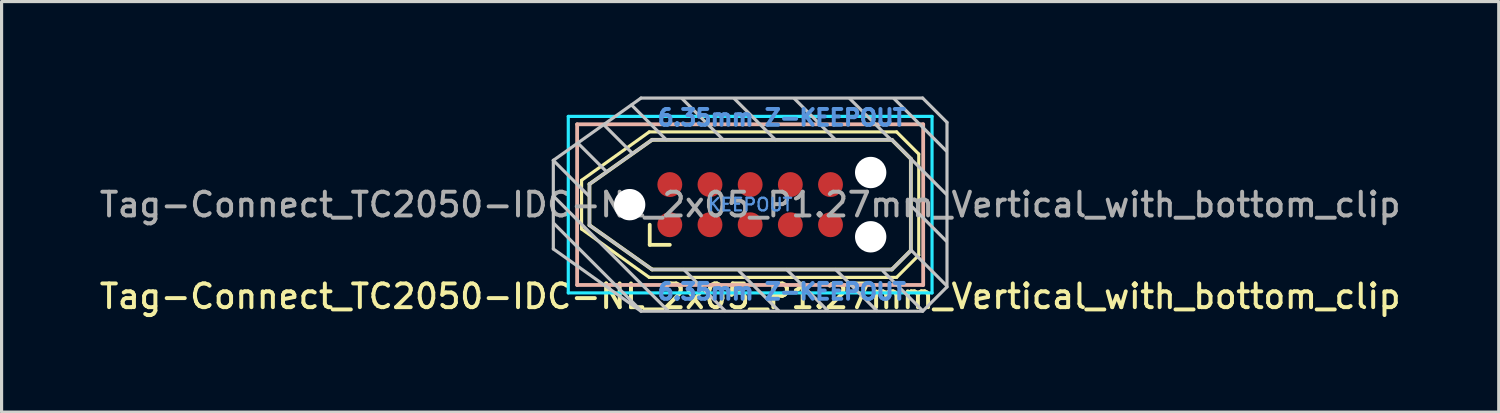
<source format=kicad_pcb>
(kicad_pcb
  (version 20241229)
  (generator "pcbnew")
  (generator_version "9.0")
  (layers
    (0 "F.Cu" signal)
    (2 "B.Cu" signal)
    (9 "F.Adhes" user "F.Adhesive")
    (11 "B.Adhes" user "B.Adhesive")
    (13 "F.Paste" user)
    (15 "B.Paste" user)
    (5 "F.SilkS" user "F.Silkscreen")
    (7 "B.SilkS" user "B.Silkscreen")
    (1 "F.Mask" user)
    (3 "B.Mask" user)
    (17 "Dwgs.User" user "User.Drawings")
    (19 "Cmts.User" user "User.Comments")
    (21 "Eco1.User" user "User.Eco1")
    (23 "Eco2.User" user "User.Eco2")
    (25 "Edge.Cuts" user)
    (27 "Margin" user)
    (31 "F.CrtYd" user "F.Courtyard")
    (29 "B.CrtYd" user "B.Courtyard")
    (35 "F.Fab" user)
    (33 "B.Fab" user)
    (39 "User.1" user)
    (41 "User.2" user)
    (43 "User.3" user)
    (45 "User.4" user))
  (footprint "Tag-Connect_TC2050-IDC-NL_2x05_P1.27mm_Vertical_with_bottom_clip"
    (layer "F.Cu")
    (at 20.666 3.42)
    (property "Reference" "Tag-Connect_TC2050-IDC-NL_2x05_P1.27mm_Vertical_with_bottom_clip" (at 0 2.9 0) (layer "F.SilkS") (effects (font (size 0.75 0.75) (thickness 0.125))))
    (attr exclude_from_pos_files exclude_from_bom)
    (fp_line (start -5.33 -0.77) (end -3.19 -2.3) (stroke (width 0.1) (type solid)) (layer "F.SilkS"))
    (fp_line (start -5.33 0.77) (end -5.33 -0.77) (stroke (width 0.1) (type solid)) (layer "F.SilkS"))
    (fp_line (start -5.08 -0.65) (end -3.1 -2.05) (stroke (width 0.12) (type solid)) (layer "F.SilkS"))
    (fp_line (start -5.08 0.65) (end -5.08 -0.65) (stroke (width 0.12) (type solid)) (layer "F.SilkS"))
    (fp_line (start -3.19 -2.3) (end 4.63 -2.3) (stroke (width 0.1) (type solid)) (layer "F.SilkS"))
    (fp_line (start -3.19 2.3) (end -5.33 0.77) (stroke (width 0.1) (type solid)) (layer "F.SilkS"))
    (fp_line (start -3.175 1.27) (end -3.175 0.635) (stroke (width 0.12) (type solid)) (layer "F.SilkS"))
    (fp_line (start -3.1 -2.05) (end 4.48 -2.05) (stroke (width 0.12) (type solid)) (layer "F.SilkS"))
    (fp_line (start -3.1 2.05) (end -5.08 0.65) (stroke (width 0.12) (type solid)) (layer "F.SilkS"))
    (fp_line (start -2.54 1.27) (end -3.175 1.27) (stroke (width 0.12) (type solid)) (layer "F.SilkS"))
    (fp_line (start 4.48 -2.05) (end 5.08 -1.45) (stroke (width 0.12) (type solid)) (layer "F.SilkS"))
    (fp_line (start 4.48 2.05) (end -3.1 2.05) (stroke (width 0.12) (type solid)) (layer "F.SilkS"))
    (fp_line (start 4.48 2.05) (end 5.08 1.45) (stroke (width 0.12) (type solid)) (layer "F.SilkS"))
    (fp_line (start 4.63 -2.3) (end 5.33 -1.6) (stroke (width 0.1) (type solid)) (layer "F.SilkS"))
    (fp_line (start 4.63 2.3) (end -3.19 2.3) (stroke (width 0.1) (type solid)) (layer "F.SilkS"))
    (fp_line (start 4.63 2.3) (end 5.33 1.6) (stroke (width 0.1) (type solid)) (layer "F.SilkS"))
    (fp_line (start 5.08 -1.45) (end 5.08 1.45) (stroke (width 0.12) (type solid)) (layer "F.SilkS"))
    (fp_line (start 5.33 -1.6) (end 5.33 1.6) (stroke (width 0.1) (type solid)) (layer "F.SilkS"))
    (fp_line (start -5.47 -2.54) (end 5.47 -2.54) (stroke (width 0.12) (type solid)) (layer "B.SilkS"))
    (fp_line (start -5.47 2.54) (end -5.47 -2.54) (stroke (width 0.12) (type solid)) (layer "B.SilkS"))
    (fp_line (start 5.47 -2.54) (end 5.47 2.54) (stroke (width 0.12) (type solid)) (layer "B.SilkS"))
    (fp_line (start 5.47 2.54) (end -5.47 2.54) (stroke (width 0.12) (type solid)) (layer "B.SilkS"))
    (fp_line (start -6.223 -1.4) (end -5.1 -0.277) (stroke (width 0.1) (type solid)) (layer "Dwgs.User"))
    (fp_line (start -6.223 -1.4) (end -3.45 -3.37) (stroke (width 0.1) (type solid)) (layer "Dwgs.User"))
    (fp_line (start -6.223 1.4) (end -6.223 -1.4) (stroke (width 0.1) (type solid)) (layer "Dwgs.User"))
    (fp_line (start -6.223 1.4) (end -3.45 3.37) (stroke (width 0.1) (type solid)) (layer "Dwgs.User"))
    (fp_line (start -6.2 -0.25) (end -2.6 3.35) (stroke (width 0.1) (type solid)) (layer "Dwgs.User"))
    (fp_line (start -6.2 0.6) (end -3.45 3.35) (stroke (width 0.1) (type solid)) (layer "Dwgs.User"))
    (fp_line (start -5.4 -1.9) (end -4.55 -1.05) (stroke (width 0.1) (type solid)) (layer "Dwgs.User"))
    (fp_line (start -5.08 -0.65) (end -3.1 -2.05) (stroke (width 0.1) (type solid)) (layer "Dwgs.User"))
    (fp_line (start -5.08 0.65) (end -5.08 -0.65) (stroke (width 0.1) (type solid)) (layer "Dwgs.User"))
    (fp_line (start -4.6 -2.5) (end -3.75 -1.65) (stroke (width 0.1) (type solid)) (layer "Dwgs.User"))
    (fp_line (start -3.75 -3.15) (end -2.65 -2.05) (stroke (width 0.1) (type solid)) (layer "Dwgs.User"))
    (fp_line (start -3.45 -3.37) (end 5.453 -3.37) (stroke (width 0.1) (type solid)) (layer "Dwgs.User"))
    (fp_line (start -3.1 -2.05) (end 4.48 -2.05) (stroke (width 0.1) (type solid)) (layer "Dwgs.User"))
    (fp_line (start -3.1 2.05) (end -5.08 0.65) (stroke (width 0.1) (type solid)) (layer "Dwgs.User"))
    (fp_line (start -2.15 -3.35) (end -0.85 -2.05) (stroke (width 0.1) (type solid)) (layer "Dwgs.User"))
    (fp_line (start -2.1 2.05) (end -0.8 3.35) (stroke (width 0.1) (type solid)) (layer "Dwgs.User"))
    (fp_line (start -0.5 -3.35) (end 0.8 -2.05) (stroke (width 0.1) (type solid)) (layer "Dwgs.User"))
    (fp_line (start -0.35 2.1) (end 0.9 3.35) (stroke (width 0.1) (type solid)) (layer "Dwgs.User"))
    (fp_line (start 1.15 2.05) (end 2.45 3.35) (stroke (width 0.1) (type solid)) (layer "Dwgs.User"))
    (fp_line (start 1.4 -3.35) (end 2.7 -2.05) (stroke (width 0.1) (type solid)) (layer "Dwgs.User"))
    (fp_line (start 2.7 2.05) (end 4 3.35) (stroke (width 0.1) (type solid)) (layer "Dwgs.User"))
    (fp_line (start 3.15 -3.35) (end 4.4 -2.1) (stroke (width 0.1) (type solid)) (layer "Dwgs.User"))
    (fp_line (start 4.2 2.1) (end 5.45 3.35) (stroke (width 0.1) (type solid)) (layer "Dwgs.User"))
    (fp_line (start 4.4 -2.1) (end 4.45 -2.05) (stroke (width 0.1) (type solid)) (layer "Dwgs.User"))
    (fp_line (start 4.48 -2.05) (end 5.08 -1.45) (stroke (width 0.1) (type solid)) (layer "Dwgs.User"))
    (fp_line (start 4.48 2.05) (end -3.1 2.05) (stroke (width 0.1) (type solid)) (layer "Dwgs.User"))
    (fp_line (start 4.48 2.05) (end 5.08 1.45) (stroke (width 0.1) (type solid)) (layer "Dwgs.User"))
    (fp_line (start 4.55 -3.35) (end 6.2 -1.7) (stroke (width 0.1) (type solid)) (layer "Dwgs.User"))
    (fp_line (start 5.08 -1.45) (end 5.08 1.45) (stroke (width 0.1) (type solid)) (layer "Dwgs.User"))
    (fp_line (start 5.08 -1.45) (end 6.2 -0.33) (stroke (width 0.1) (type solid)) (layer "Dwgs.User"))
    (fp_line (start 5.1 0.05) (end 6.2 1.15) (stroke (width 0.1) (type solid)) (layer "Dwgs.User"))
    (fp_line (start 5.1 1.45) (end 6.2 2.55) (stroke (width 0.1) (type solid)) (layer "Dwgs.User"))
    (fp_line (start 5.453 -3.37) (end 6.223 -2.6) (stroke (width 0.1) (type solid)) (layer "Dwgs.User"))
    (fp_line (start 5.453 3.37) (end -3.45 3.37) (stroke (width 0.1) (type solid)) (layer "Dwgs.User"))
    (fp_line (start 5.453 3.37) (end 6.223 2.6) (stroke (width 0.1) (type solid)) (layer "Dwgs.User"))
    (fp_line (start 6.223 -2.6) (end 6.223 2.6) (stroke (width 0.1) (type solid)) (layer "Dwgs.User"))
    (fp_line (start -5.75 -2.79) (end 5.75 -2.79) (stroke (width 0.1) (type solid)) (layer "B.CrtYd"))
    (fp_line (start -5.75 2.79) (end -5.75 -2.79) (stroke (width 0.1) (type solid)) (layer "B.CrtYd"))
    (fp_line (start 5.75 -2.79) (end 5.75 2.79) (stroke (width 0.1) (type solid)) (layer "B.CrtYd"))
    (fp_line (start 5.75 2.79) (end -5.75 2.79) (stroke (width 0.1) (type solid)) (layer "B.CrtYd"))
    (fp_text user "KEEPOUT" (at 0 0 0) (layer "Cmts.User") (effects (font (size 0.4 0.4) (thickness 0.07))))
    (fp_text user "6.35mm Z-KEEPOUT" (at 1 -2.75 0) (layer "Cmts.User") (effects (font (size 0.5 0.5) (thickness 0.125))))
    (fp_text user "6.35mm Z-KEEPOUT" (at 1 2.75 0) (layer "Cmts.User") (effects (font (size 0.5 0.5) (thickness 0.125))))
    (fp_text user "${REFERENCE}" (at 0 0 0) (layer "F.Fab") (effects (font (size 0.75 0.75) (thickness 0.125))))
    (pad "" np_thru_hole circle (at -3.81 0) (size 0.991 0.991) (drill 0.991) (layers "*.Cu" "*.Mask"))
    (pad "" np_thru_hole circle (at 3.81 -1.016) (size 0.991 0.991) (drill 0.991) (layers "*.Cu" "*.Mask"))
    (pad "" np_thru_hole circle (at 3.81 1.016) (size 0.991 0.991) (drill 0.991) (layers "*.Cu" "*.Mask"))
    (pad "1" connect circle (at -2.54 0.635) (size 0.787 0.787) (layers "F.Cu" "F.Mask"))
    (pad "2" connect circle (at -1.27 0.635) (size 0.787 0.787) (layers "F.Cu" "F.Mask"))
    (pad "3" connect circle (at 0 0.635) (size 0.787 0.787) (layers "F.Cu" "F.Mask"))
    (pad "4" connect circle (at 1.27 0.635) (size 0.787 0.787) (layers "F.Cu" "F.Mask"))
    (pad "5" connect circle (at 2.54 0.635) (size 0.787 0.787) (layers "F.Cu" "F.Mask"))
    (pad "6" connect circle (at 2.54 -0.635) (size 0.787 0.787) (layers "F.Cu" "F.Mask"))
    (pad "7" connect circle (at 1.27 -0.635) (size 0.787 0.787) (layers "F.Cu" "F.Mask"))
    (pad "8" connect circle (at 0 -0.635) (size 0.787 0.787) (layers "F.Cu" "F.Mask"))
    (pad "9" connect circle (at -1.27 -0.635) (size 0.787 0.787) (layers "F.Cu" "F.Mask"))
    (pad "10" connect circle (at -2.54 -0.635) (size 0.787 0.787) (layers "F.Cu" "F.Mask"))
    (zone (net_name "") (layer "F.Cu") (hatch full 0.508) (connect_pads) (min_thickness 0.254) (filled_areas_thickness no) (keepout (tracks allowed) (vias not_allowed) (pads allowed) (copperpour not_allowed) (footprints not_allowed)) (placement (enabled no)) (fill) (polygon (pts (xy 18.126 4.055) (xy 23.206 4.055) (xy 23.206 2.785) (xy 18.126 2.785)))))
  (gr_rect
    (start -3 -3)
    (end 44.332 9.978)
    (stroke (width 0.1) (type default))
    (fill no)
    (layer "Edge.Cuts")))
</source>
